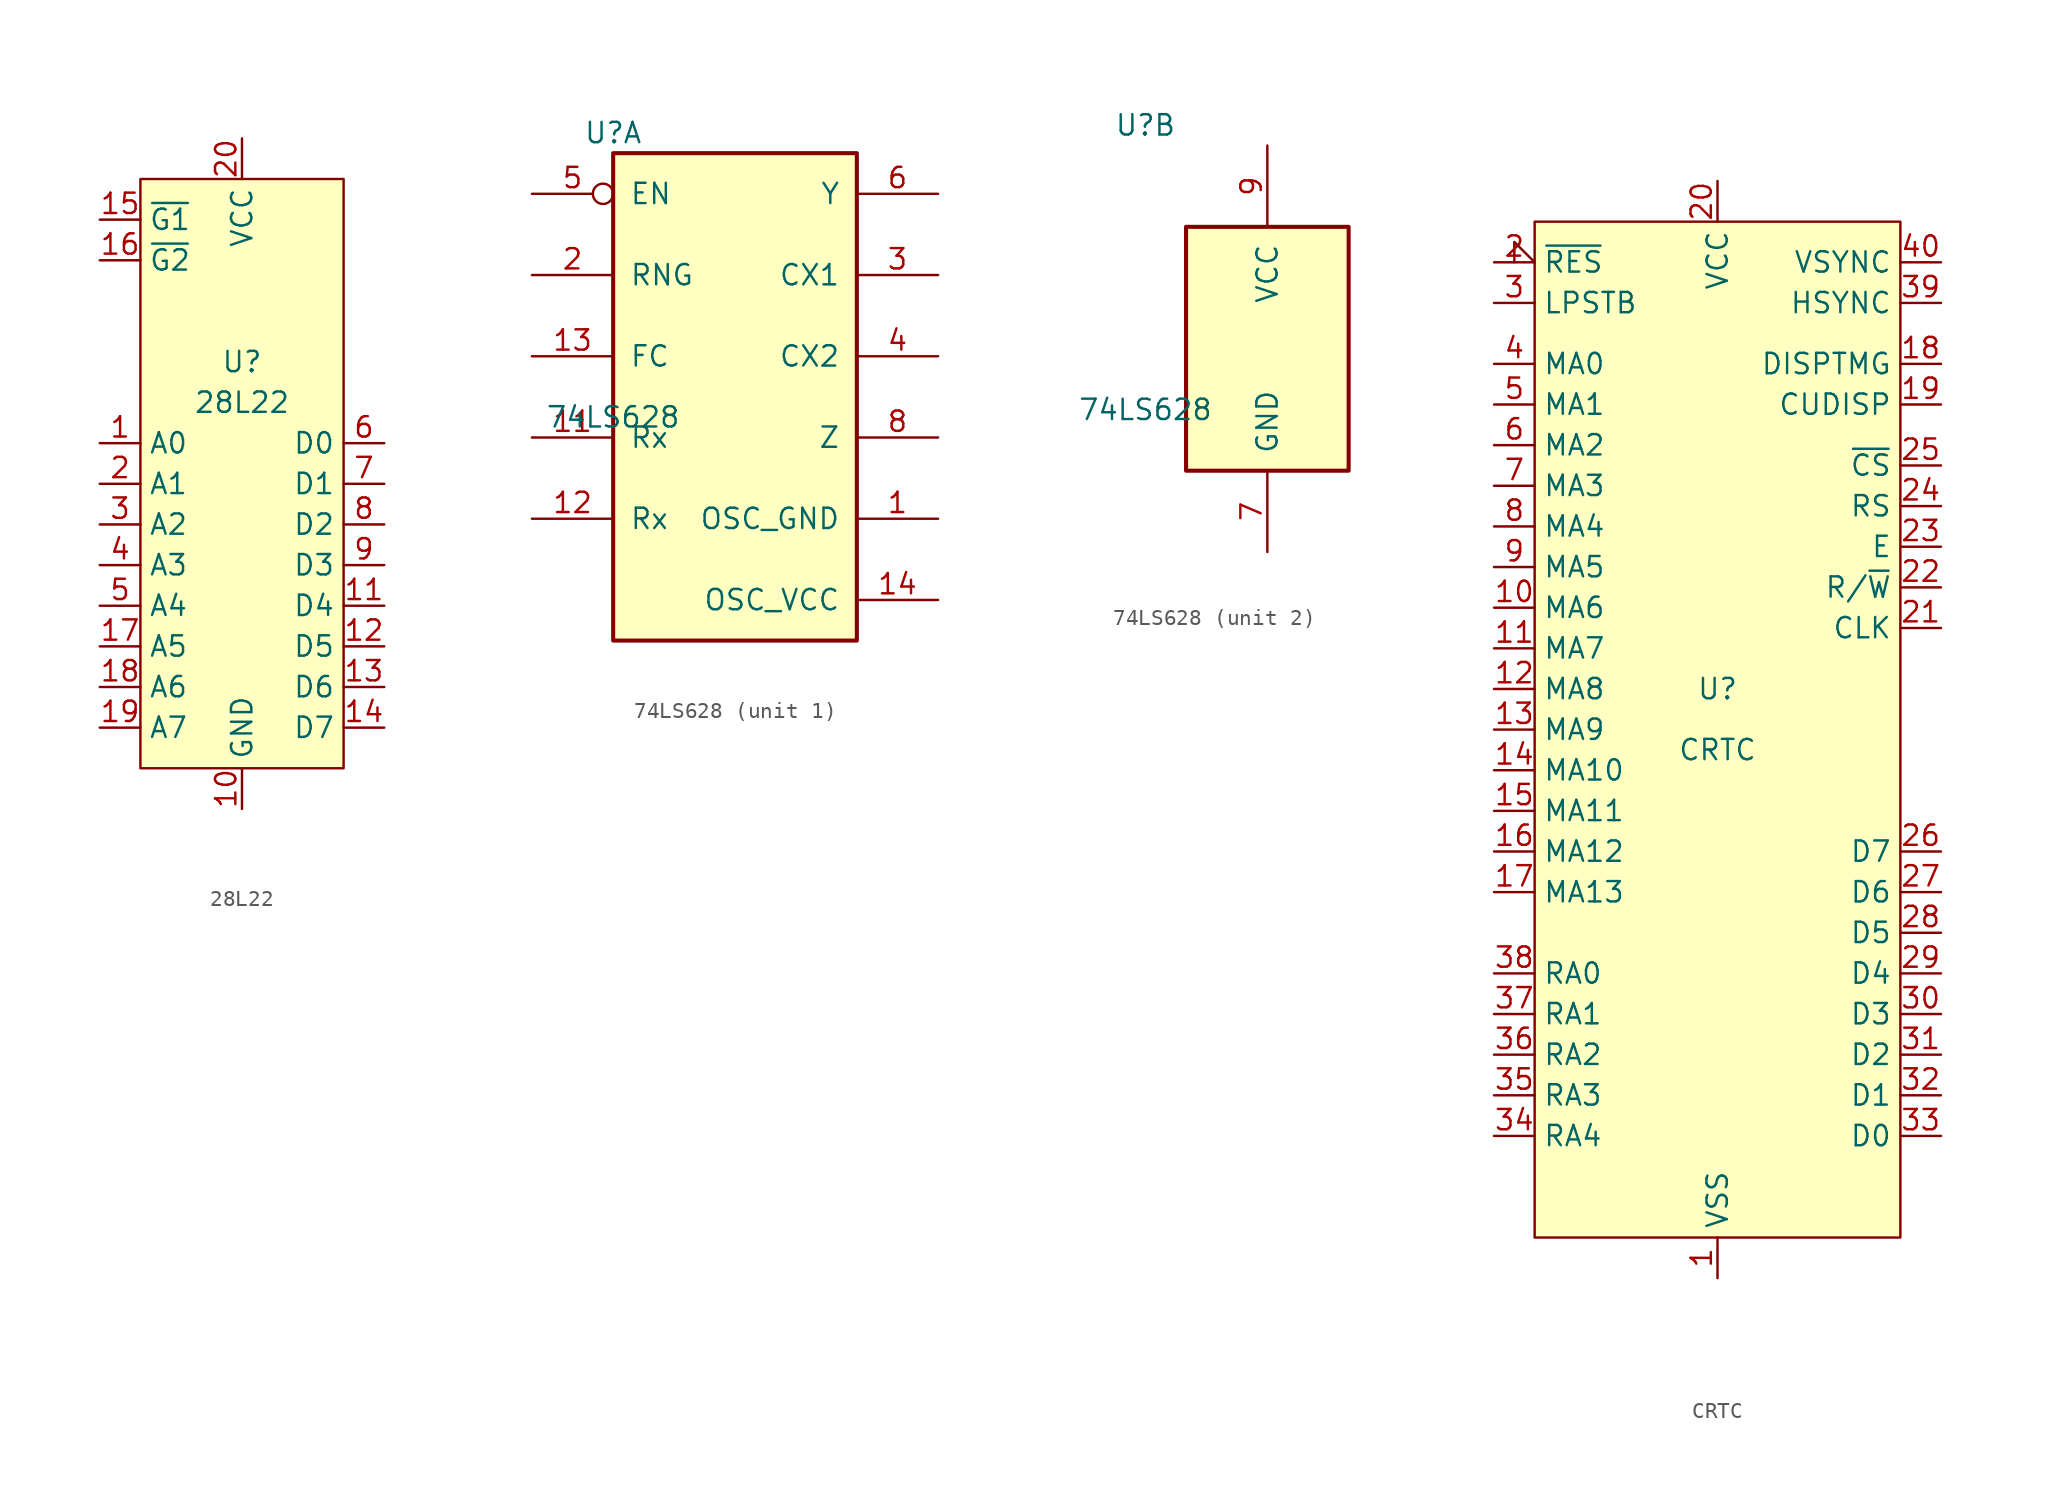
<source format=kicad_sym>
(kicad_symbol_lib
  (version 20220914)
  (generator kicad_symbol_editor)
  (symbol "28L22"
    (property "Reference" "U"
      (at 0 0 0)
      (effects (font (size 1.27 1.27))))
    (property "Value" "28L22"
      (at 0 -2.54 0)
      (effects (font (size 1.27 1.27))))
    (symbol "28L22_0_1"
      (rectangle (start -6.35 11.43) (end 6.35 -25.4) (stroke (width 0.152) (type default)) (fill (type background))))
    (symbol "28L22_1_1"
      (pin input line (at -8.89 -5.08 0) (length 2.54) (name "A0" (effects (font (size 1.27 1.27)))) (number "1" (effects (font (size 1.27 1.27)))))
      (pin power_in line (at 0 -27.94 90) (length 2.54) (name "GND" (effects (font (size 1.27 1.27)))) (number "10" (effects (font (size 1.27 1.27)))))
      (pin output line (at 8.89 -15.24 180) (length 2.54) (name "D4" (effects (font (size 1.27 1.27)))) (number "11" (effects (font (size 1.27 1.27)))))
      (pin output line (at 8.89 -17.78 180) (length 2.54) (name "D5" (effects (font (size 1.27 1.27)))) (number "12" (effects (font (size 1.27 1.27)))))
      (pin output line (at 8.89 -20.32 180) (length 2.54) (name "D6" (effects (font (size 1.27 1.27)))) (number "13" (effects (font (size 1.27 1.27)))))
      (pin output line (at 8.89 -22.86 180) (length 2.54) (name "D7" (effects (font (size 1.27 1.27)))) (number "14" (effects (font (size 1.27 1.27)))))
      (pin input line (at -8.89 8.89 0) (length 2.54) (name "~{G1}" (effects (font (size 1.27 1.27)))) (number "15" (effects (font (size 1.27 1.27)))))
      (pin input line (at -8.89 6.35 0) (length 2.54) (name "~{G2}" (effects (font (size 1.27 1.27)))) (number "16" (effects (font (size 1.27 1.27)))))
      (pin input line (at -8.89 -17.78 0) (length 2.54) (name "A5" (effects (font (size 1.27 1.27)))) (number "17" (effects (font (size 1.27 1.27)))))
      (pin input line (at -8.89 -20.32 0) (length 2.54) (name "A6" (effects (font (size 1.27 1.27)))) (number "18" (effects (font (size 1.27 1.27)))))
      (pin input line (at -8.89 -22.86 0) (length 2.54) (name "A7" (effects (font (size 1.27 1.27)))) (number "19" (effects (font (size 1.27 1.27)))))
      (pin input line (at -8.89 -7.62 0) (length 2.54) (name "A1" (effects (font (size 1.27 1.27)))) (number "2" (effects (font (size 1.27 1.27)))))
      (pin power_in line (at 0 13.97 270) (length 2.54) (name "VCC" (effects (font (size 1.27 1.27)))) (number "20" (effects (font (size 1.27 1.27)))))
      (pin input line (at -8.89 -10.16 0) (length 2.54) (name "A2" (effects (font (size 1.27 1.27)))) (number "3" (effects (font (size 1.27 1.27)))))
      (pin input line (at -8.89 -12.7 0) (length 2.54) (name "A3" (effects (font (size 1.27 1.27)))) (number "4" (effects (font (size 1.27 1.27)))))
      (pin input line (at -8.89 -15.24 0) (length 2.54) (name "A4" (effects (font (size 1.27 1.27)))) (number "5" (effects (font (size 1.27 1.27)))))
      (pin output line (at 8.89 -5.08 180) (length 2.54) (name "D0" (effects (font (size 1.27 1.27)))) (number "6" (effects (font (size 1.27 1.27)))))
      (pin output line (at 8.89 -7.62 180) (length 2.54) (name "D1" (effects (font (size 1.27 1.27)))) (number "7" (effects (font (size 1.27 1.27)))))
      (pin output line (at 8.89 -10.16 180) (length 2.54) (name "D2" (effects (font (size 1.27 1.27)))) (number "8" (effects (font (size 1.27 1.27)))))
      (pin output line (at 8.89 -12.7 180) (length 2.54) (name "D3" (effects (font (size 1.27 1.27)))) (number "9" (effects (font (size 1.27 1.27)))))))
  (symbol "74LS628"
    (pin_names
      (offset 1.016))
    (property "Reference" "U"
      (at -7.62 13.97 0)
      (effects (font (size 1.27 1.27))))
    (property "Value" "74LS628"
      (at -7.62 -3.81 0)
      (effects (font (size 1.27 1.27))))
    (property "ki_locked" ""
      (at 0 0 0)
      (effects (font (size 1.27 1.27))))
    (symbol "74LS628_1_0"
      (pin passive line (at 12.7 -10.16 180) (length 5.08) (name "OSC_GND" (effects (font (size 1.27 1.27)))) (number "1" (effects (font (size 1.27 1.27)))))
      (pin passive line (at -12.7 -5.08 0) (length 5.08) (name "Rx" (effects (font (size 1.27 1.27)))) (number "11" (effects (font (size 1.27 1.27)))))
      (pin passive line (at -12.7 -10.16 0) (length 5.08) (name "Rx" (effects (font (size 1.27 1.27)))) (number "12" (effects (font (size 1.27 1.27)))))
      (pin input line (at -12.7 0 0) (length 5.08) (name "FC" (effects (font (size 1.27 1.27)))) (number "13" (effects (font (size 1.27 1.27)))))
      (pin passive line (at 12.7 -15.24 180) (length 5.08) (name "OSC_VCC" (effects (font (size 1.27 1.27)))) (number "14" (effects (font (size 1.27 1.27)))))
      (pin input line (at -12.7 5.08 0) (length 5.08) (name "RNG" (effects (font (size 1.27 1.27)))) (number "2" (effects (font (size 1.27 1.27)))))
      (pin passive line (at 12.7 5.08 180) (length 5.08) (name "CX1" (effects (font (size 1.27 1.27)))) (number "3" (effects (font (size 1.27 1.27)))))
      (pin passive line (at 12.7 0 180) (length 5.08) (name "CX2" (effects (font (size 1.27 1.27)))) (number "4" (effects (font (size 1.27 1.27)))))
      (pin input inverted (at -12.7 10.16 0) (length 5.08) (name "EN" (effects (font (size 1.27 1.27)))) (number "5" (effects (font (size 1.27 1.27)))))
      (pin output line (at 12.7 10.16 180) (length 5.08) (name "Y" (effects (font (size 1.27 1.27)))) (number "6" (effects (font (size 1.27 1.27)))))
      (pin output line (at 12.7 -5.08 180) (length 5.08) (name "Z" (effects (font (size 1.27 1.27)))) (number "8" (effects (font (size 1.27 1.27))))))
    (symbol "74LS628_1_1"
      (rectangle (start -7.62 12.7) (end 7.62 -17.78) (stroke (width 0.254) (type default)) (fill (type background))))
    (symbol "74LS628_2_0"
      (pin power_in line (at 0 -12.7 90) (length 5.08) (name "GND" (effects (font (size 1.27 1.27)))) (number "7" (effects (font (size 1.27 1.27)))))
      (pin power_in line (at 0 12.7 270) (length 5.08) (name "VCC" (effects (font (size 1.27 1.27)))) (number "9" (effects (font (size 1.27 1.27))))))
    (symbol "74LS628_2_1"
      (rectangle (start -5.08 7.62) (end 5.08 -7.62) (stroke (width 0.254) (type default)) (fill (type background)))))
  (symbol "CRTC"
    (property "Reference" "U"
      (at 0 -20.32 0)
      (effects (font (size 1.27 1.27))))
    (property "Value" "CRTC"
      (at 0 -24.13 0)
      (effects (font (size 1.27 1.27))))
    (symbol "CRTC_0_1"
      (rectangle (start -11.43 8.89) (end 11.43 -54.61) (stroke (width 0.152) (type default)) (fill (type background))))
    (symbol "CRTC_1_1"
      (pin power_in line (at 0 -57.15 90) (length 2.54) (name "VSS" (effects (font (size 1.27 1.27)))) (number "1" (effects (font (size 1.27 1.27)))))
      (pin output line (at -13.97 -15.24 0) (length 2.54) (name "MA6" (effects (font (size 1.27 1.27)))) (number "10" (effects (font (size 1.27 1.27)))))
      (pin output line (at -13.97 -17.78 0) (length 2.54) (name "MA7" (effects (font (size 1.27 1.27)))) (number "11" (effects (font (size 1.27 1.27)))))
      (pin output line (at -13.97 -20.32 0) (length 2.54) (name "MA8" (effects (font (size 1.27 1.27)))) (number "12" (effects (font (size 1.27 1.27)))))
      (pin output line (at -13.97 -22.86 0) (length 2.54) (name "MA9" (effects (font (size 1.27 1.27)))) (number "13" (effects (font (size 1.27 1.27)))))
      (pin output line (at -13.97 -25.4 0) (length 2.54) (name "MA10" (effects (font (size 1.27 1.27)))) (number "14" (effects (font (size 1.27 1.27)))))
      (pin output line (at -13.97 -27.94 0) (length 2.54) (name "MA11" (effects (font (size 1.27 1.27)))) (number "15" (effects (font (size 1.27 1.27)))))
      (pin output line (at -13.97 -30.48 0) (length 2.54) (name "MA12" (effects (font (size 1.27 1.27)))) (number "16" (effects (font (size 1.27 1.27)))))
      (pin output line (at -13.97 -33.02 0) (length 2.54) (name "MA13" (effects (font (size 1.27 1.27)))) (number "17" (effects (font (size 1.27 1.27)))))
      (pin output line (at 13.97 0 180) (length 2.54) (name "DISPTMG" (effects (font (size 1.27 1.27)))) (number "18" (effects (font (size 1.27 1.27)))))
      (pin output line (at 13.97 -2.54 180) (length 2.54) (name "CUDISP" (effects (font (size 1.27 1.27)))) (number "19" (effects (font (size 1.27 1.27)))))
      (pin input input_low (at -13.97 6.35 0) (length 2.54) (name "~{RES}" (effects (font (size 1.27 1.27)))) (number "2" (effects (font (size 1.27 1.27)))))
      (pin power_in line (at 0 11.43 270) (length 2.54) (name "VCC" (effects (font (size 1.27 1.27)))) (number "20" (effects (font (size 1.27 1.27)))))
      (pin input line (at 13.97 -16.51 180) (length 2.54) (name "CLK" (effects (font (size 1.27 1.27)))) (number "21" (effects (font (size 1.27 1.27)))))
      (pin input line (at 13.97 -13.97 180) (length 2.54) (name "R/~{W}" (effects (font (size 1.27 1.27)))) (number "22" (effects (font (size 1.27 1.27)))))
      (pin input line (at 13.97 -11.43 180) (length 2.54) (name "E" (effects (font (size 1.27 1.27)))) (number "23" (effects (font (size 1.27 1.27)))))
      (pin input line (at 13.97 -8.89 180) (length 2.54) (name "RS" (effects (font (size 1.27 1.27)))) (number "24" (effects (font (size 1.27 1.27)))))
      (pin input line (at 13.97 -6.35 180) (length 2.54) (name "~{CS}" (effects (font (size 1.27 1.27)))) (number "25" (effects (font (size 1.27 1.27)))))
      (pin bidirectional line (at 13.97 -30.48 180) (length 2.54) (name "D7" (effects (font (size 1.27 1.27)))) (number "26" (effects (font (size 1.27 1.27)))))
      (pin bidirectional line (at 13.97 -33.02 180) (length 2.54) (name "D6" (effects (font (size 1.27 1.27)))) (number "27" (effects (font (size 1.27 1.27)))))
      (pin bidirectional line (at 13.97 -35.56 180) (length 2.54) (name "D5" (effects (font (size 1.27 1.27)))) (number "28" (effects (font (size 1.27 1.27)))))
      (pin bidirectional line (at 13.97 -38.1 180) (length 2.54) (name "D4" (effects (font (size 1.27 1.27)))) (number "29" (effects (font (size 1.27 1.27)))))
      (pin output line (at -13.97 3.81 0) (length 2.54) (name "LPSTB" (effects (font (size 1.27 1.27)))) (number "3" (effects (font (size 1.27 1.27)))))
      (pin bidirectional line (at 13.97 -40.64 180) (length 2.54) (name "D3" (effects (font (size 1.27 1.27)))) (number "30" (effects (font (size 1.27 1.27)))))
      (pin bidirectional line (at 13.97 -43.18 180) (length 2.54) (name "D2" (effects (font (size 1.27 1.27)))) (number "31" (effects (font (size 1.27 1.27)))))
      (pin bidirectional line (at 13.97 -45.72 180) (length 2.54) (name "D1" (effects (font (size 1.27 1.27)))) (number "32" (effects (font (size 1.27 1.27)))))
      (pin bidirectional line (at 13.97 -48.26 180) (length 2.54) (name "D0" (effects (font (size 1.27 1.27)))) (number "33" (effects (font (size 1.27 1.27)))))
      (pin output line (at -13.97 -48.26 0) (length 2.54) (name "RA4" (effects (font (size 1.27 1.27)))) (number "34" (effects (font (size 1.27 1.27)))))
      (pin output line (at -13.97 -45.72 0) (length 2.54) (name "RA3" (effects (font (size 1.27 1.27)))) (number "35" (effects (font (size 1.27 1.27)))))
      (pin output line (at -13.97 -43.18 0) (length 2.54) (name "RA2" (effects (font (size 1.27 1.27)))) (number "36" (effects (font (size 1.27 1.27)))))
      (pin output line (at -13.97 -40.64 0) (length 2.54) (name "RA1" (effects (font (size 1.27 1.27)))) (number "37" (effects (font (size 1.27 1.27)))))
      (pin output line (at -13.97 -38.1 0) (length 2.54) (name "RA0" (effects (font (size 1.27 1.27)))) (number "38" (effects (font (size 1.27 1.27)))))
      (pin output line (at 13.97 3.81 180) (length 2.54) (name "HSYNC" (effects (font (size 1.27 1.27)))) (number "39" (effects (font (size 1.27 1.27)))))
      (pin output line (at -13.97 0 0) (length 2.54) (name "MA0" (effects (font (size 1.27 1.27)))) (number "4" (effects (font (size 1.27 1.27)))))
      (pin output line (at 13.97 6.35 180) (length 2.54) (name "VSYNC" (effects (font (size 1.27 1.27)))) (number "40" (effects (font (size 1.27 1.27)))))
      (pin output line (at -13.97 -2.54 0) (length 2.54) (name "MA1" (effects (font (size 1.27 1.27)))) (number "5" (effects (font (size 1.27 1.27)))))
      (pin output line (at -13.97 -5.08 0) (length 2.54) (name "MA2" (effects (font (size 1.27 1.27)))) (number "6" (effects (font (size 1.27 1.27)))))
      (pin output line (at -13.97 -7.62 0) (length 2.54) (name "MA3" (effects (font (size 1.27 1.27)))) (number "7" (effects (font (size 1.27 1.27)))))
      (pin output line (at -13.97 -10.16 0) (length 2.54) (name "MA4" (effects (font (size 1.27 1.27)))) (number "8" (effects (font (size 1.27 1.27)))))
      (pin output line (at -13.97 -12.7 0) (length 2.54) (name "MA5" (effects (font (size 1.27 1.27)))) (number "9" (effects (font (size 1.27 1.27))))))))
</source>
